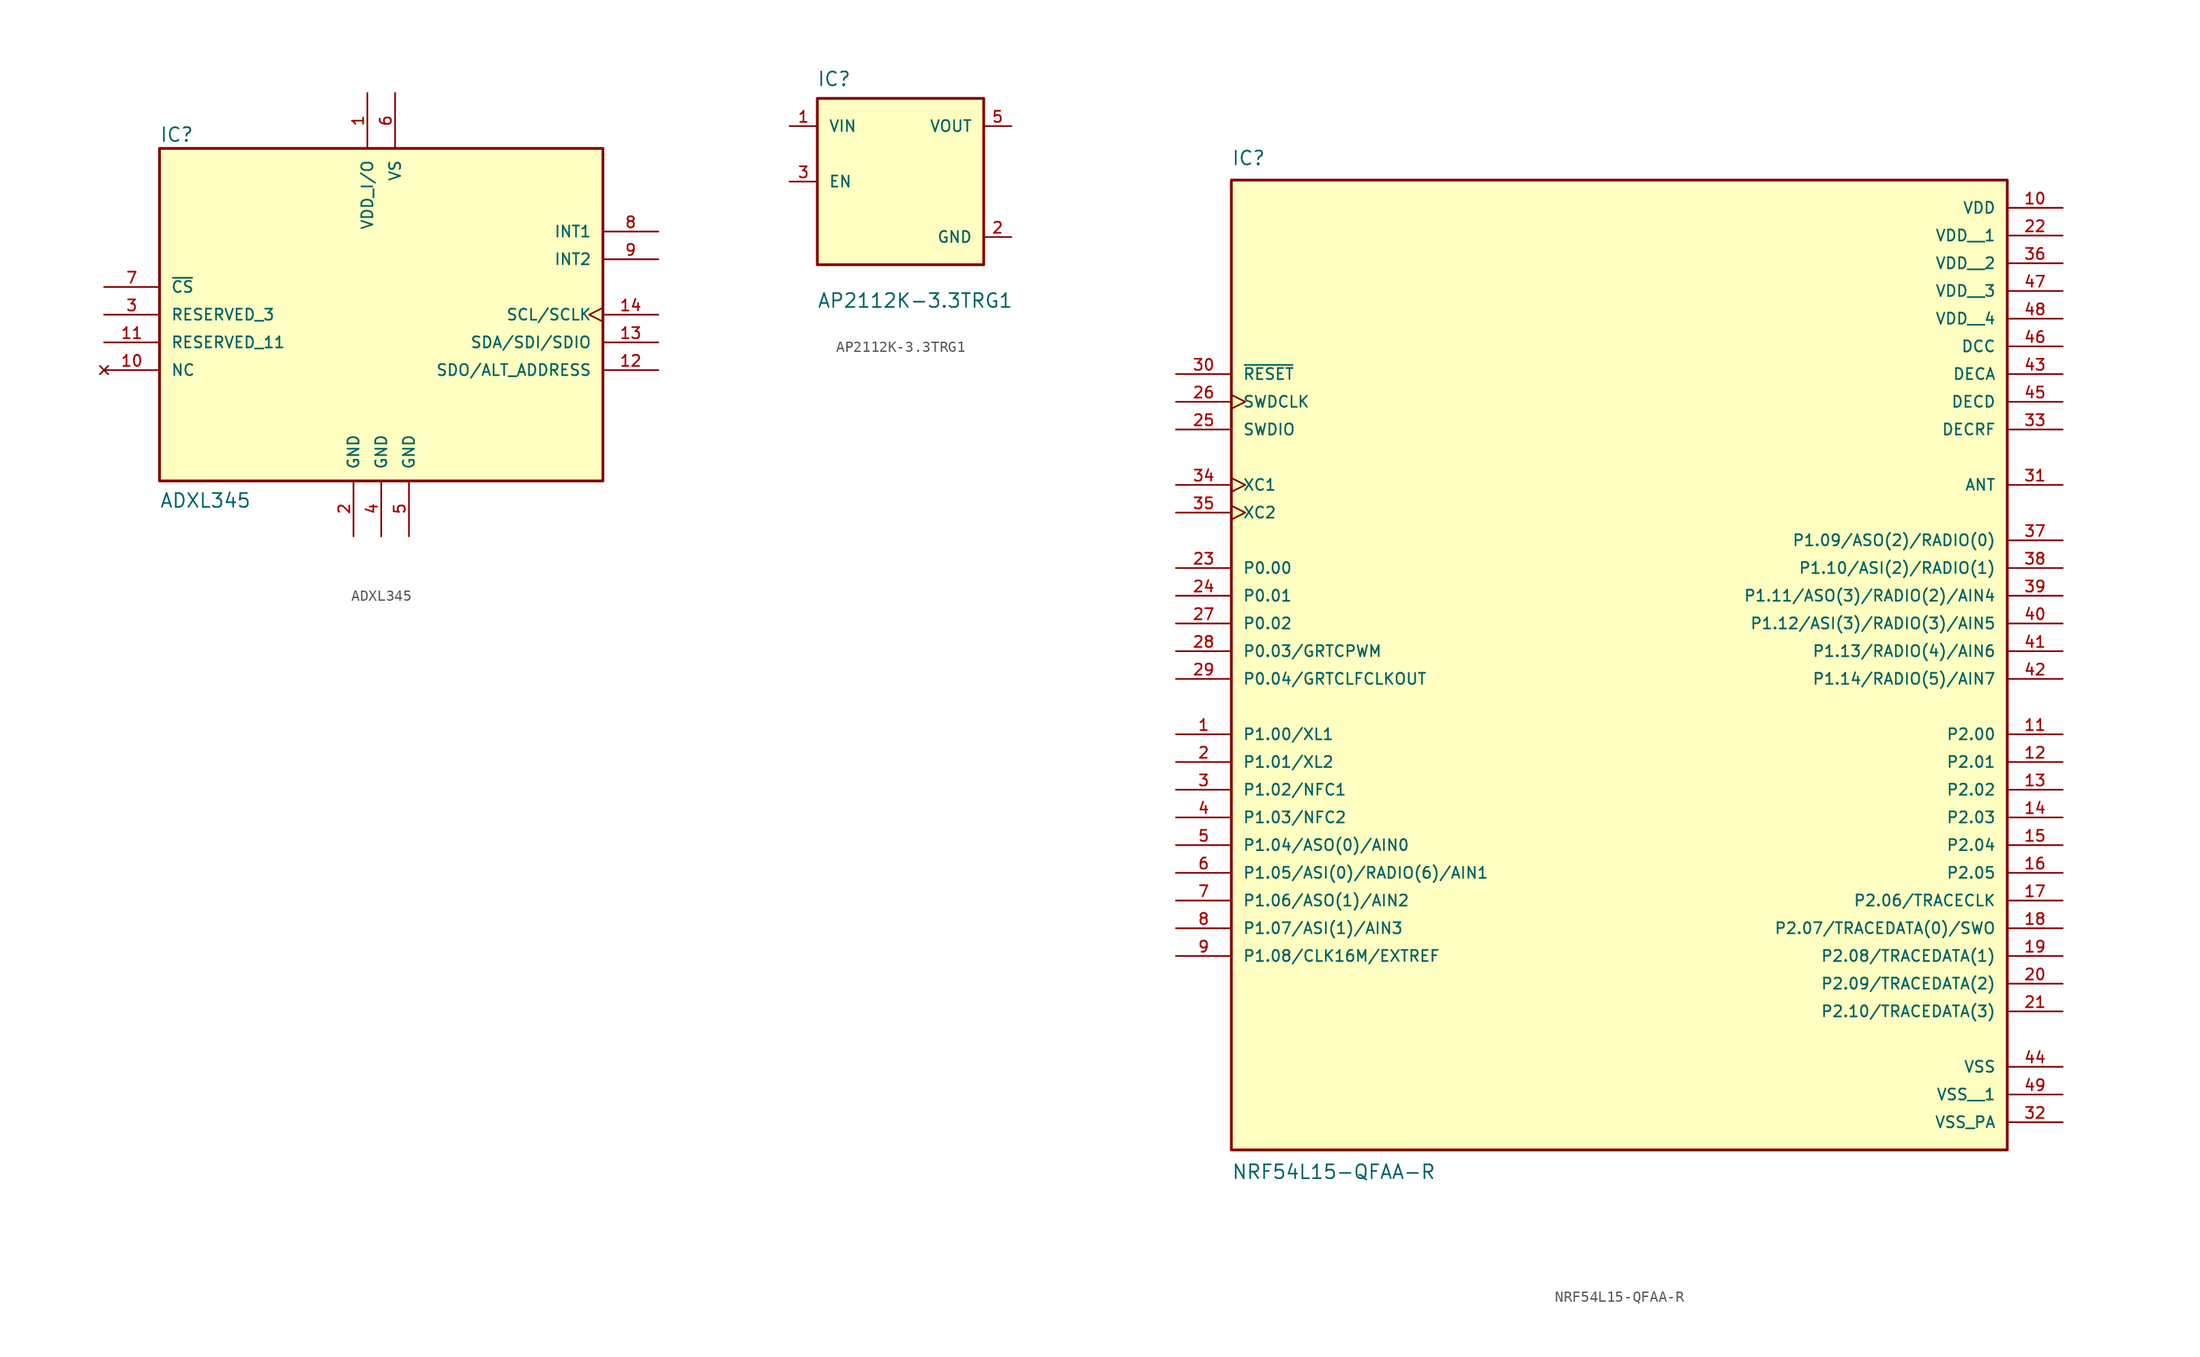
<source format=kicad_sym>
(kicad_symbol_lib
  (version 20231120)
  (generator "kicad_symbol_editor")
  (generator_version "8.0")
  (symbol "ADXL345"
    (pin_names
      (offset 1.016))
    (property "Reference" "IC"
      (at -20.32 15.748 0)
      (effects (font (size 1.27 1.27)) (justify left bottom)))
    (property "Value" "ADXL345"
      (at -20.32 -17.78 0)
      (effects (font (size 1.27 1.27)) (justify left bottom)))
    (symbol "ADXL345_0_0"
      (rectangle (start -20.32 15.24) (end 20.32 -15.24) (stroke (width 0.254) (type default)) (fill (type background)))
      (pin power_in line (at -1.27 20.32 270) (length 5.08) (name "VDD_I/O" (effects (font (size 1.016 1.016)))) (number "1" (effects (font (size 1.016 1.016)))))
      (pin no_connect line (at -25.4 -5.08 0) (length 5.08) (name "NC" (effects (font (size 1.016 1.016)))) (number "10" (effects (font (size 1.016 1.016)))))
      (pin passive line (at -25.4 -2.54 0) (length 5.08) (name "RESERVED_11" (effects (font (size 1.016 1.016)))) (number "11" (effects (font (size 1.016 1.016)))))
      (pin output line (at 25.4 -5.08 180) (length 5.08) (name "SDO/ALT_ADDRESS" (effects (font (size 1.016 1.016)))) (number "12" (effects (font (size 1.016 1.016)))))
      (pin bidirectional line (at 25.4 -2.54 180) (length 5.08) (name "SDA/SDI/SDIO" (effects (font (size 1.016 1.016)))) (number "13" (effects (font (size 1.016 1.016)))))
      (pin bidirectional clock (at 25.4 0 180) (length 5.08) (name "SCL/SCLK" (effects (font (size 1.016 1.016)))) (number "14" (effects (font (size 1.016 1.016)))))
      (pin power_in line (at -2.54 -20.32 90) (length 5.08) (name "GND" (effects (font (size 1.016 1.016)))) (number "2" (effects (font (size 1.016 1.016)))))
      (pin passive line (at -25.4 0 0) (length 5.08) (name "RESERVED_3" (effects (font (size 1.016 1.016)))) (number "3" (effects (font (size 1.016 1.016)))))
      (pin power_in line (at 0 -20.32 90) (length 5.08) (name "GND" (effects (font (size 1.016 1.016)))) (number "4" (effects (font (size 1.016 1.016)))))
      (pin power_in line (at 2.54 -20.32 90) (length 5.08) (name "GND" (effects (font (size 1.016 1.016)))) (number "5" (effects (font (size 1.016 1.016)))))
      (pin power_in line (at 1.27 20.32 270) (length 5.08) (name "VS" (effects (font (size 1.016 1.016)))) (number "6" (effects (font (size 1.016 1.016)))))
      (pin input line (at -25.4 2.54 0) (length 5.08) (name "~{CS}" (effects (font (size 1.016 1.016)))) (number "7" (effects (font (size 1.016 1.016)))))
      (pin output line (at 25.4 7.62 180) (length 5.08) (name "INT1" (effects (font (size 1.016 1.016)))) (number "8" (effects (font (size 1.016 1.016)))))
      (pin output line (at 25.4 5.08 180) (length 5.08) (name "INT2" (effects (font (size 1.016 1.016)))) (number "9" (effects (font (size 1.016 1.016)))))))
  (symbol "AP2112K-3.3TRG1"
    (pin_names
      (offset 1.016))
    (property "Reference" "IC"
      (at -7.663 8.648 0)
      (effects (font (size 1.27 1.27)) (justify left bottom)))
    (property "Value" "AP2112K-3.3TRG1"
      (at -7.649 -11.651 0)
      (effects (font (size 1.27 1.27)) (justify left bottom)))
    (symbol "AP2112K-3.3TRG1_0_0"
      (pin power_in line (at -10.16 5.08 0) (length 2.54) (name "VIN" (effects (font (size 1.016 1.016)))) (number "1" (effects (font (size 1.016 1.016)))))
      (pin power_in line (at 10.16 -5.08 180) (length 2.54) (name "GND" (effects (font (size 1.016 1.016)))) (number "2" (effects (font (size 1.016 1.016)))))
      (pin input line (at -10.16 0 0) (length 2.54) (name "EN" (effects (font (size 1.016 1.016)))) (number "3" (effects (font (size 1.016 1.016)))))
      (pin power_in line (at 10.16 5.08 180) (length 2.54) (name "VOUT" (effects (font (size 1.016 1.016)))) (number "5" (effects (font (size 1.016 1.016))))))
    (symbol "AP2112K-3.3TRG1_1_0"
      (rectangle (start -7.62 7.62) (end 7.62 -7.62) (stroke (width 0.254) (type default)) (fill (type background)))))
  (symbol "NRF54L15-QFAA-R"
    (pin_names
      (offset 1.016))
    (property "Reference" "IC"
      (at -35.56 39.37 0)
      (effects (font (size 1.27 1.27)) (justify left bottom)))
    (property "Value" "NRF54L15-QFAA-R"
      (at -35.56 -52.07 0)
      (effects (font (size 1.27 1.27)) (justify left top)))
    (symbol "NRF54L15-QFAA-R_0_0"
      (rectangle (start -35.56 -50.8) (end 35.56 38.1) (stroke (width 0.254) (type default)) (fill (type background)))
      (pin bidirectional line (at -40.64 -12.7 0) (length 5.08) (name "P1.00/XL1" (effects (font (size 1.016 1.016)))) (number "1" (effects (font (size 1.016 1.016)))))
      (pin power_in line (at 40.64 35.56 180) (length 5.08) (name "VDD" (effects (font (size 1.016 1.016)))) (number "10" (effects (font (size 1.016 1.016)))))
      (pin bidirectional line (at 40.64 -12.7 180) (length 5.08) (name "P2.00" (effects (font (size 1.016 1.016)))) (number "11" (effects (font (size 1.016 1.016)))))
      (pin bidirectional line (at 40.64 -15.24 180) (length 5.08) (name "P2.01" (effects (font (size 1.016 1.016)))) (number "12" (effects (font (size 1.016 1.016)))))
      (pin bidirectional line (at 40.64 -17.78 180) (length 5.08) (name "P2.02" (effects (font (size 1.016 1.016)))) (number "13" (effects (font (size 1.016 1.016)))))
      (pin bidirectional line (at 40.64 -20.32 180) (length 5.08) (name "P2.03" (effects (font (size 1.016 1.016)))) (number "14" (effects (font (size 1.016 1.016)))))
      (pin bidirectional line (at 40.64 -22.86 180) (length 5.08) (name "P2.04" (effects (font (size 1.016 1.016)))) (number "15" (effects (font (size 1.016 1.016)))))
      (pin bidirectional line (at 40.64 -25.4 180) (length 5.08) (name "P2.05" (effects (font (size 1.016 1.016)))) (number "16" (effects (font (size 1.016 1.016)))))
      (pin bidirectional line (at 40.64 -27.94 180) (length 5.08) (name "P2.06/TRACECLK" (effects (font (size 1.016 1.016)))) (number "17" (effects (font (size 1.016 1.016)))))
      (pin bidirectional line (at 40.64 -30.48 180) (length 5.08) (name "P2.07/TRACEDATA(0)/SWO" (effects (font (size 1.016 1.016)))) (number "18" (effects (font (size 1.016 1.016)))))
      (pin bidirectional line (at 40.64 -33.02 180) (length 5.08) (name "P2.08/TRACEDATA(1)" (effects (font (size 1.016 1.016)))) (number "19" (effects (font (size 1.016 1.016)))))
      (pin bidirectional line (at -40.64 -15.24 0) (length 5.08) (name "P1.01/XL2" (effects (font (size 1.016 1.016)))) (number "2" (effects (font (size 1.016 1.016)))))
      (pin bidirectional line (at 40.64 -35.56 180) (length 5.08) (name "P2.09/TRACEDATA(2)" (effects (font (size 1.016 1.016)))) (number "20" (effects (font (size 1.016 1.016)))))
      (pin bidirectional line (at 40.64 -38.1 180) (length 5.08) (name "P2.10/TRACEDATA(3)" (effects (font (size 1.016 1.016)))) (number "21" (effects (font (size 1.016 1.016)))))
      (pin power_in line (at 40.64 33.02 180) (length 5.08) (name "VDD__1" (effects (font (size 1.016 1.016)))) (number "22" (effects (font (size 1.016 1.016)))))
      (pin bidirectional line (at -40.64 2.54 0) (length 5.08) (name "P0.00" (effects (font (size 1.016 1.016)))) (number "23" (effects (font (size 1.016 1.016)))))
      (pin bidirectional line (at -40.64 0 0) (length 5.08) (name "P0.01" (effects (font (size 1.016 1.016)))) (number "24" (effects (font (size 1.016 1.016)))))
      (pin bidirectional line (at -40.64 15.24 0) (length 5.08) (name "SWDIO" (effects (font (size 1.016 1.016)))) (number "25" (effects (font (size 1.016 1.016)))))
      (pin input clock (at -40.64 17.78 0) (length 5.08) (name "SWDCLK" (effects (font (size 1.016 1.016)))) (number "26" (effects (font (size 1.016 1.016)))))
      (pin bidirectional line (at -40.64 -2.54 0) (length 5.08) (name "P0.02" (effects (font (size 1.016 1.016)))) (number "27" (effects (font (size 1.016 1.016)))))
      (pin bidirectional line (at -40.64 -5.08 0) (length 5.08) (name "P0.03/GRTCPWM" (effects (font (size 1.016 1.016)))) (number "28" (effects (font (size 1.016 1.016)))))
      (pin bidirectional line (at -40.64 -7.62 0) (length 5.08) (name "P0.04/GRTCLFCLKOUT" (effects (font (size 1.016 1.016)))) (number "29" (effects (font (size 1.016 1.016)))))
      (pin bidirectional line (at -40.64 -17.78 0) (length 5.08) (name "P1.02/NFC1" (effects (font (size 1.016 1.016)))) (number "3" (effects (font (size 1.016 1.016)))))
      (pin input line (at -40.64 20.32 0) (length 5.08) (name "~{RESET}" (effects (font (size 1.016 1.016)))) (number "30" (effects (font (size 1.016 1.016)))))
      (pin output line (at 40.64 10.16 180) (length 5.08) (name "ANT" (effects (font (size 1.016 1.016)))) (number "31" (effects (font (size 1.016 1.016)))))
      (pin power_in line (at 40.64 -48.26 180) (length 5.08) (name "VSS_PA" (effects (font (size 1.016 1.016)))) (number "32" (effects (font (size 1.016 1.016)))))
      (pin power_in line (at 40.64 15.24 180) (length 5.08) (name "DECRF" (effects (font (size 1.016 1.016)))) (number "33" (effects (font (size 1.016 1.016)))))
      (pin input clock (at -40.64 10.16 0) (length 5.08) (name "XC1" (effects (font (size 1.016 1.016)))) (number "34" (effects (font (size 1.016 1.016)))))
      (pin input clock (at -40.64 7.62 0) (length 5.08) (name "XC2" (effects (font (size 1.016 1.016)))) (number "35" (effects (font (size 1.016 1.016)))))
      (pin power_in line (at 40.64 30.48 180) (length 5.08) (name "VDD__2" (effects (font (size 1.016 1.016)))) (number "36" (effects (font (size 1.016 1.016)))))
      (pin bidirectional line (at 40.64 5.08 180) (length 5.08) (name "P1.09/ASO(2)/RADIO(0)" (effects (font (size 1.016 1.016)))) (number "37" (effects (font (size 1.016 1.016)))))
      (pin bidirectional line (at 40.64 2.54 180) (length 5.08) (name "P1.10/ASI(2)/RADIO(1)" (effects (font (size 1.016 1.016)))) (number "38" (effects (font (size 1.016 1.016)))))
      (pin bidirectional line (at 40.64 0 180) (length 5.08) (name "P1.11/ASO(3)/RADIO(2)/AIN4" (effects (font (size 1.016 1.016)))) (number "39" (effects (font (size 1.016 1.016)))))
      (pin bidirectional line (at -40.64 -20.32 0) (length 5.08) (name "P1.03/NFC2" (effects (font (size 1.016 1.016)))) (number "4" (effects (font (size 1.016 1.016)))))
      (pin bidirectional line (at 40.64 -2.54 180) (length 5.08) (name "P1.12/ASI(3)/RADIO(3)/AIN5" (effects (font (size 1.016 1.016)))) (number "40" (effects (font (size 1.016 1.016)))))
      (pin bidirectional line (at 40.64 -5.08 180) (length 5.08) (name "P1.13/RADIO(4)/AIN6" (effects (font (size 1.016 1.016)))) (number "41" (effects (font (size 1.016 1.016)))))
      (pin bidirectional line (at 40.64 -7.62 180) (length 5.08) (name "P1.14/RADIO(5)/AIN7" (effects (font (size 1.016 1.016)))) (number "42" (effects (font (size 1.016 1.016)))))
      (pin power_in line (at 40.64 20.32 180) (length 5.08) (name "DECA" (effects (font (size 1.016 1.016)))) (number "43" (effects (font (size 1.016 1.016)))))
      (pin power_in line (at 40.64 -43.18 180) (length 5.08) (name "VSS" (effects (font (size 1.016 1.016)))) (number "44" (effects (font (size 1.016 1.016)))))
      (pin power_in line (at 40.64 17.78 180) (length 5.08) (name "DECD" (effects (font (size 1.016 1.016)))) (number "45" (effects (font (size 1.016 1.016)))))
      (pin power_in line (at 40.64 22.86 180) (length 5.08) (name "DCC" (effects (font (size 1.016 1.016)))) (number "46" (effects (font (size 1.016 1.016)))))
      (pin power_in line (at 40.64 27.94 180) (length 5.08) (name "VDD__3" (effects (font (size 1.016 1.016)))) (number "47" (effects (font (size 1.016 1.016)))))
      (pin power_in line (at 40.64 25.4 180) (length 5.08) (name "VDD__4" (effects (font (size 1.016 1.016)))) (number "48" (effects (font (size 1.016 1.016)))))
      (pin power_in line (at 40.64 -45.72 180) (length 5.08) (name "VSS__1" (effects (font (size 1.016 1.016)))) (number "49" (effects (font (size 1.016 1.016)))))
      (pin bidirectional line (at -40.64 -22.86 0) (length 5.08) (name "P1.04/ASO(0)/AIN0" (effects (font (size 1.016 1.016)))) (number "5" (effects (font (size 1.016 1.016)))))
      (pin bidirectional line (at -40.64 -25.4 0) (length 5.08) (name "P1.05/ASI(0)/RADIO(6)/AIN1" (effects (font (size 1.016 1.016)))) (number "6" (effects (font (size 1.016 1.016)))))
      (pin bidirectional line (at -40.64 -27.94 0) (length 5.08) (name "P1.06/ASO(1)/AIN2" (effects (font (size 1.016 1.016)))) (number "7" (effects (font (size 1.016 1.016)))))
      (pin bidirectional line (at -40.64 -30.48 0) (length 5.08) (name "P1.07/ASI(1)/AIN3" (effects (font (size 1.016 1.016)))) (number "8" (effects (font (size 1.016 1.016)))))
      (pin bidirectional line (at -40.64 -33.02 0) (length 5.08) (name "P1.08/CLK16M/EXTREF" (effects (font (size 1.016 1.016)))) (number "9" (effects (font (size 1.016 1.016))))))))
</source>
